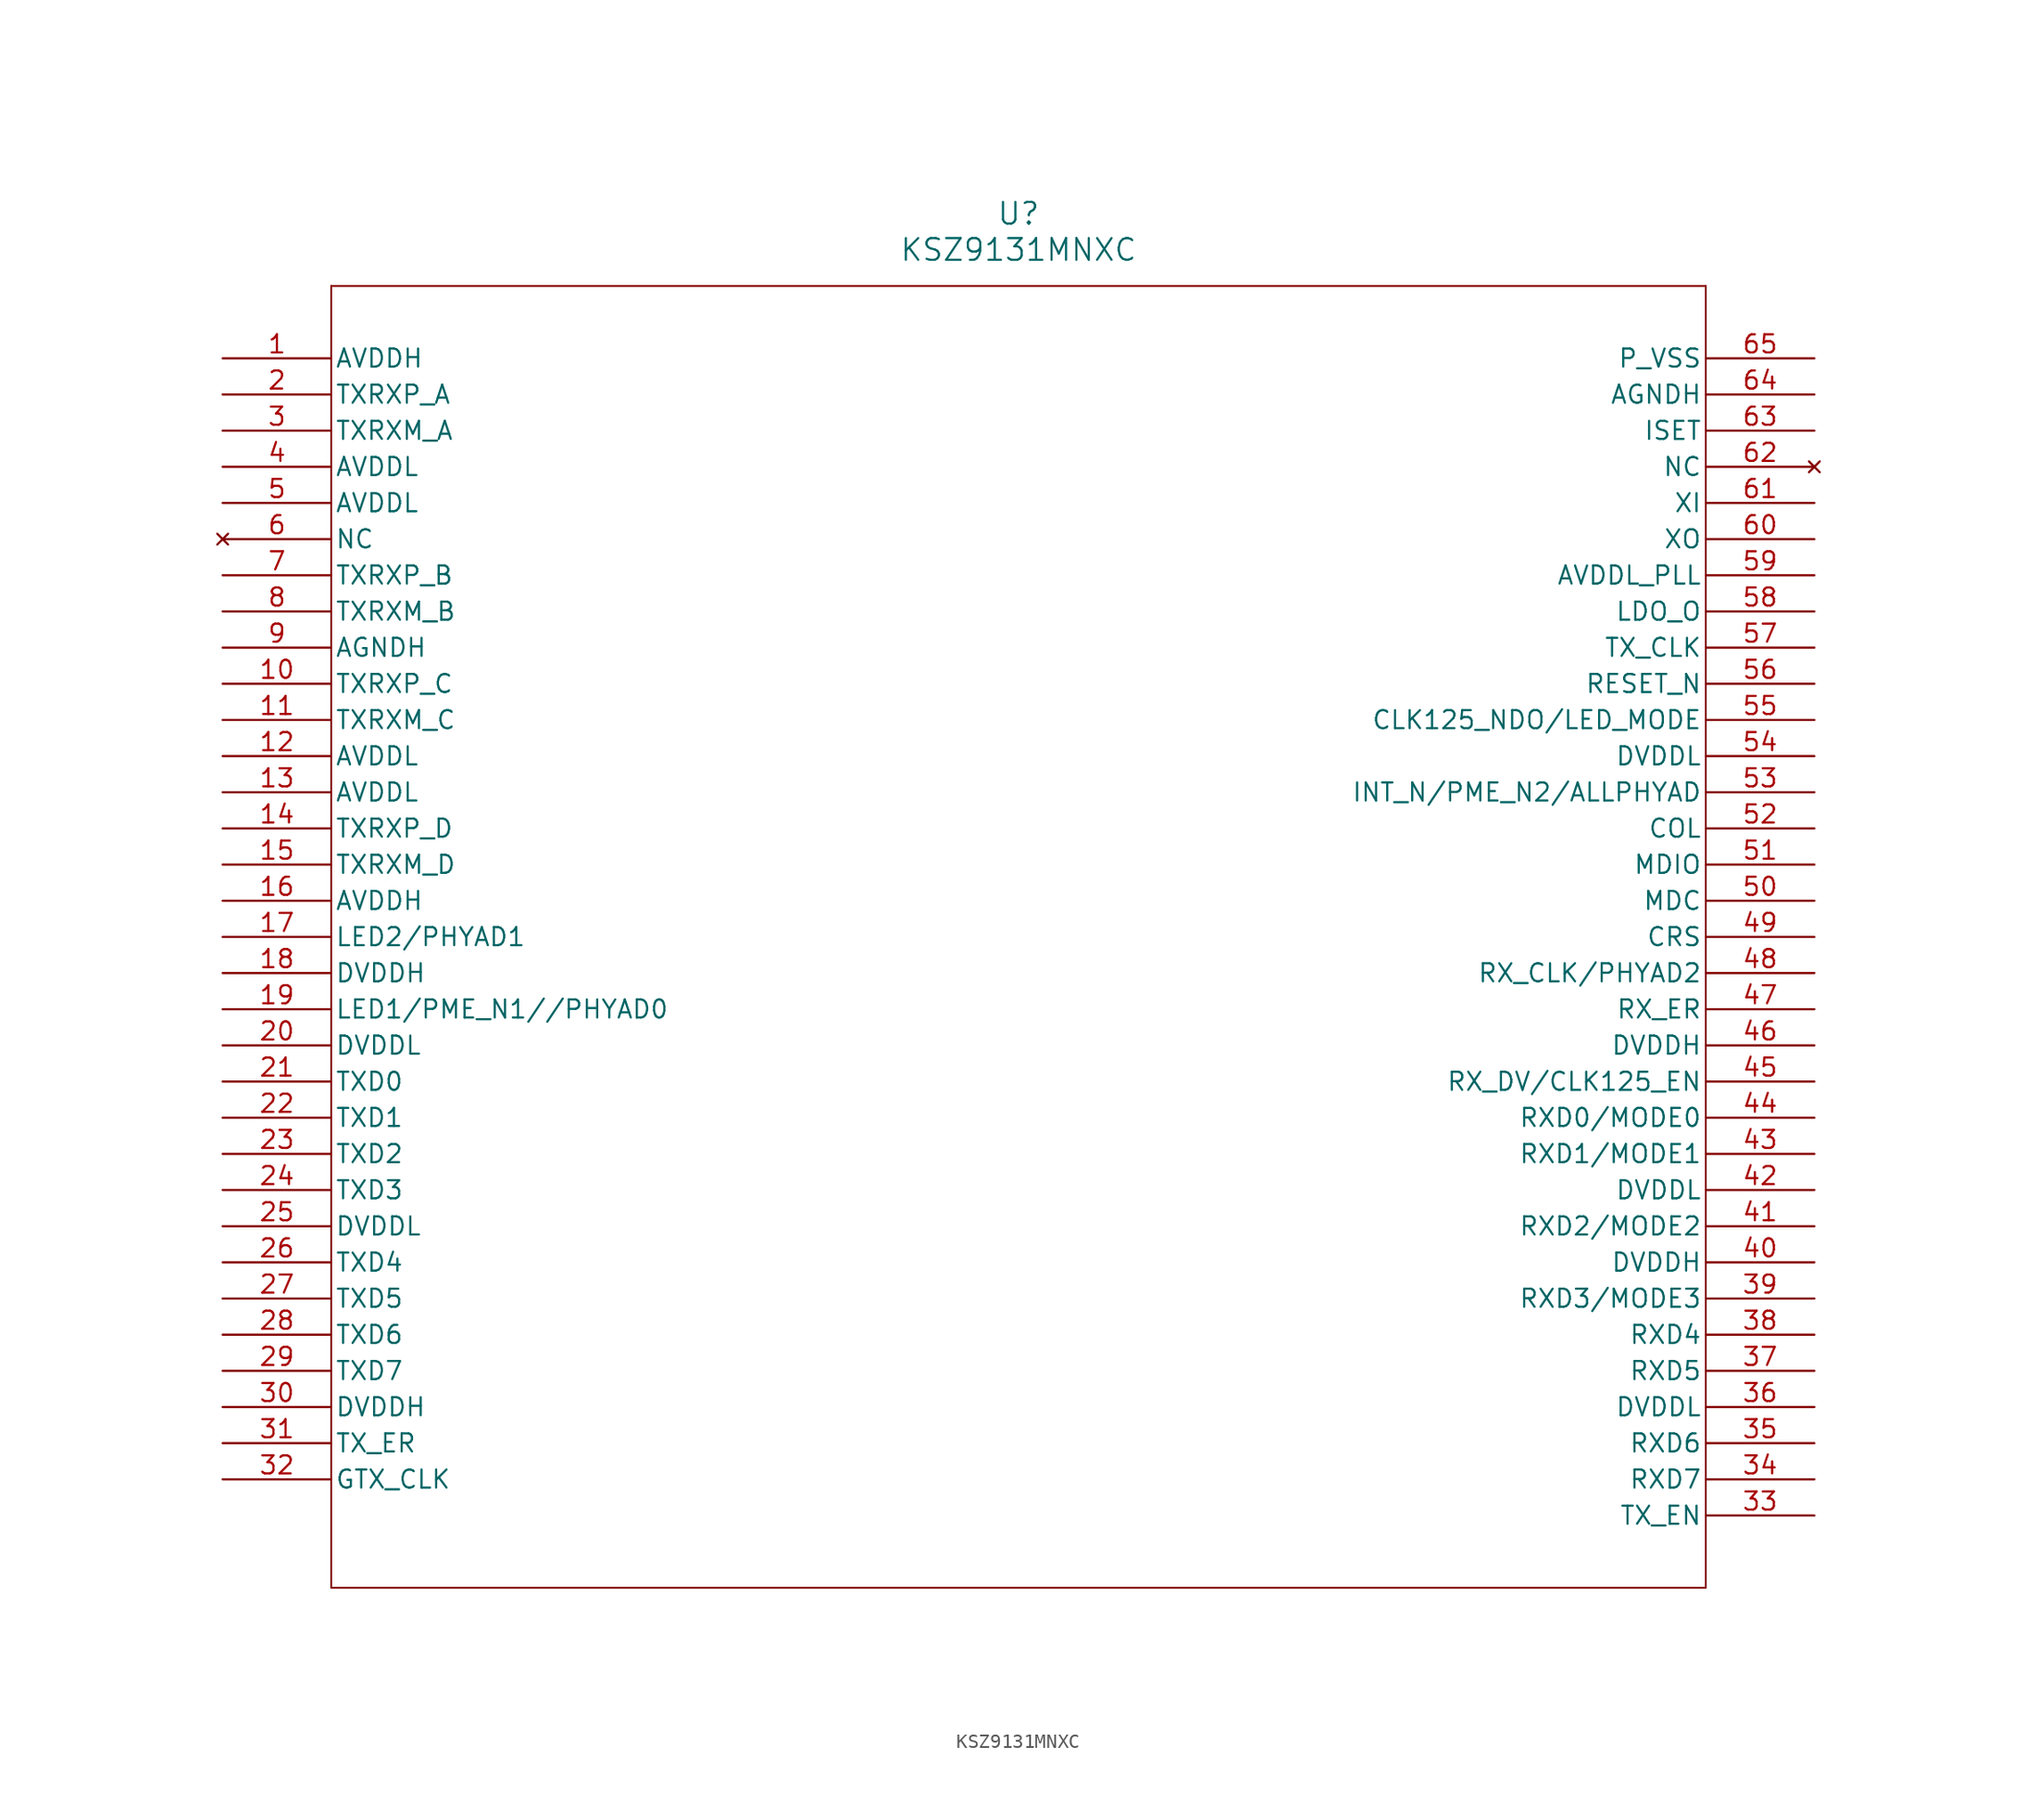
<source format=kicad_sym>
(kicad_symbol_lib
  (version 20211014)
  (generator kicad_symbol_editor)
  (symbol "KSZ9131MNXC"
    (pin_names
      (offset 0.254))
    (property "Reference" "U"
      (at 55.88 10.16 0)
      (effects (font (size 1.524 1.524))))
    (property "Value" "KSZ9131MNXC"
      (at 55.88 7.62 0)
      (effects (font (size 1.524 1.524))))
    (symbol "KSZ9131MNXC_0_1"
      (polyline (pts (xy 7.62 5.08) (xy 7.62 -86.36)) (stroke (width 0.127) (type default) (color 0 0 0 0)) (fill (type none)))
      (polyline (pts (xy 7.62 -86.36) (xy 104.14 -86.36)) (stroke (width 0.127) (type default) (color 0 0 0 0)) (fill (type none)))
      (polyline (pts (xy 104.14 -86.36) (xy 104.14 5.08)) (stroke (width 0.127) (type default) (color 0 0 0 0)) (fill (type none)))
      (polyline (pts (xy 104.14 5.08) (xy 7.62 5.08)) (stroke (width 0.127) (type default) (color 0 0 0 0)) (fill (type none)))
      (pin power_in line (at 0 0 0) (length 7.62) (name "AVDDH" (effects (font (size 1.27 1.27)))) (number "1" (effects (font (size 1.27 1.27)))))
      (pin unspecified line (at 0 -2.54 0) (length 7.62) (name "TXRXP_A" (effects (font (size 1.27 1.27)))) (number "2" (effects (font (size 1.27 1.27)))))
      (pin unspecified line (at 0 -5.08 0) (length 7.62) (name "TXRXM_A" (effects (font (size 1.27 1.27)))) (number "3" (effects (font (size 1.27 1.27)))))
      (pin power_in line (at 0 -7.62 0) (length 7.62) (name "AVDDL" (effects (font (size 1.27 1.27)))) (number "4" (effects (font (size 1.27 1.27)))))
      (pin power_in line (at 0 -10.16 0) (length 7.62) (name "AVDDL" (effects (font (size 1.27 1.27)))) (number "5" (effects (font (size 1.27 1.27)))))
      (pin no_connect line (at 0 -12.7 0) (length 7.62) (name "NC" (effects (font (size 1.27 1.27)))) (number "6" (effects (font (size 1.27 1.27)))))
      (pin unspecified line (at 0 -15.24 0) (length 7.62) (name "TXRXP_B" (effects (font (size 1.27 1.27)))) (number "7" (effects (font (size 1.27 1.27)))))
      (pin unspecified line (at 0 -17.78 0) (length 7.62) (name "TXRXM_B" (effects (font (size 1.27 1.27)))) (number "8" (effects (font (size 1.27 1.27)))))
      (pin power_out line (at 0 -20.32 0) (length 7.62) (name "AGNDH" (effects (font (size 1.27 1.27)))) (number "9" (effects (font (size 1.27 1.27)))))
      (pin unspecified line (at 0 -22.86 0) (length 7.62) (name "TXRXP_C" (effects (font (size 1.27 1.27)))) (number "10" (effects (font (size 1.27 1.27)))))
      (pin unspecified line (at 0 -25.4 0) (length 7.62) (name "TXRXM_C" (effects (font (size 1.27 1.27)))) (number "11" (effects (font (size 1.27 1.27)))))
      (pin power_in line (at 0 -27.94 0) (length 7.62) (name "AVDDL" (effects (font (size 1.27 1.27)))) (number "12" (effects (font (size 1.27 1.27)))))
      (pin power_in line (at 0 -30.48 0) (length 7.62) (name "AVDDL" (effects (font (size 1.27 1.27)))) (number "13" (effects (font (size 1.27 1.27)))))
      (pin unspecified line (at 0 -33.02 0) (length 7.62) (name "TXRXP_D" (effects (font (size 1.27 1.27)))) (number "14" (effects (font (size 1.27 1.27)))))
      (pin unspecified line (at 0 -35.56 0) (length 7.62) (name "TXRXM_D" (effects (font (size 1.27 1.27)))) (number "15" (effects (font (size 1.27 1.27)))))
      (pin power_in line (at 0 -38.1 0) (length 7.62) (name "AVDDH" (effects (font (size 1.27 1.27)))) (number "16" (effects (font (size 1.27 1.27)))))
      (pin bidirectional line (at 0 -40.64 0) (length 7.62) (name "LED2/PHYAD1" (effects (font (size 1.27 1.27)))) (number "17" (effects (font (size 1.27 1.27)))))
      (pin power_in line (at 0 -43.18 0) (length 7.62) (name "DVDDH" (effects (font (size 1.27 1.27)))) (number "18" (effects (font (size 1.27 1.27)))))
      (pin bidirectional line (at 0 -45.72 0) (length 7.62) (name "LED1/PME_N1//PHYAD0" (effects (font (size 1.27 1.27)))) (number "19" (effects (font (size 1.27 1.27)))))
      (pin power_in line (at 0 -48.26 0) (length 7.62) (name "DVDDL" (effects (font (size 1.27 1.27)))) (number "20" (effects (font (size 1.27 1.27)))))
      (pin input line (at 0 -50.8 0) (length 7.62) (name "TXD0" (effects (font (size 1.27 1.27)))) (number "21" (effects (font (size 1.27 1.27)))))
      (pin input line (at 0 -53.34 0) (length 7.62) (name "TXD1" (effects (font (size 1.27 1.27)))) (number "22" (effects (font (size 1.27 1.27)))))
      (pin input line (at 0 -55.88 0) (length 7.62) (name "TXD2" (effects (font (size 1.27 1.27)))) (number "23" (effects (font (size 1.27 1.27)))))
      (pin input line (at 0 -58.42 0) (length 7.62) (name "TXD3" (effects (font (size 1.27 1.27)))) (number "24" (effects (font (size 1.27 1.27)))))
      (pin power_in line (at 0 -60.96 0) (length 7.62) (name "DVDDL" (effects (font (size 1.27 1.27)))) (number "25" (effects (font (size 1.27 1.27)))))
      (pin input line (at 0 -63.5 0) (length 7.62) (name "TXD4" (effects (font (size 1.27 1.27)))) (number "26" (effects (font (size 1.27 1.27)))))
      (pin input line (at 0 -66.04 0) (length 7.62) (name "TXD5" (effects (font (size 1.27 1.27)))) (number "27" (effects (font (size 1.27 1.27)))))
      (pin input line (at 0 -68.58 0) (length 7.62) (name "TXD6" (effects (font (size 1.27 1.27)))) (number "28" (effects (font (size 1.27 1.27)))))
      (pin input line (at 0 -71.12 0) (length 7.62) (name "TXD7" (effects (font (size 1.27 1.27)))) (number "29" (effects (font (size 1.27 1.27)))))
      (pin power_in line (at 0 -73.66 0) (length 7.62) (name "DVDDH" (effects (font (size 1.27 1.27)))) (number "30" (effects (font (size 1.27 1.27)))))
      (pin input line (at 0 -76.2 0) (length 7.62) (name "TX_ER" (effects (font (size 1.27 1.27)))) (number "31" (effects (font (size 1.27 1.27)))))
      (pin input line (at 0 -78.74 0) (length 7.62) (name "GTX_CLK" (effects (font (size 1.27 1.27)))) (number "32" (effects (font (size 1.27 1.27)))))
      (pin input line (at 111.76 -81.28 180) (length 7.62) (name "TX_EN" (effects (font (size 1.27 1.27)))) (number "33" (effects (font (size 1.27 1.27)))))
      (pin output line (at 111.76 -78.74 180) (length 7.62) (name "RXD7" (effects (font (size 1.27 1.27)))) (number "34" (effects (font (size 1.27 1.27)))))
      (pin output line (at 111.76 -76.2 180) (length 7.62) (name "RXD6" (effects (font (size 1.27 1.27)))) (number "35" (effects (font (size 1.27 1.27)))))
      (pin power_in line (at 111.76 -73.66 180) (length 7.62) (name "DVDDL" (effects (font (size 1.27 1.27)))) (number "36" (effects (font (size 1.27 1.27)))))
      (pin output line (at 111.76 -71.12 180) (length 7.62) (name "RXD5" (effects (font (size 1.27 1.27)))) (number "37" (effects (font (size 1.27 1.27)))))
      (pin output line (at 111.76 -68.58 180) (length 7.62) (name "RXD4" (effects (font (size 1.27 1.27)))) (number "38" (effects (font (size 1.27 1.27)))))
      (pin bidirectional line (at 111.76 -66.04 180) (length 7.62) (name "RXD3/MODE3" (effects (font (size 1.27 1.27)))) (number "39" (effects (font (size 1.27 1.27)))))
      (pin power_in line (at 111.76 -63.5 180) (length 7.62) (name "DVDDH" (effects (font (size 1.27 1.27)))) (number "40" (effects (font (size 1.27 1.27)))))
      (pin bidirectional line (at 111.76 -60.96 180) (length 7.62) (name "RXD2/MODE2" (effects (font (size 1.27 1.27)))) (number "41" (effects (font (size 1.27 1.27)))))
      (pin power_in line (at 111.76 -58.42 180) (length 7.62) (name "DVDDL" (effects (font (size 1.27 1.27)))) (number "42" (effects (font (size 1.27 1.27)))))
      (pin bidirectional line (at 111.76 -55.88 180) (length 7.62) (name "RXD1/MODE1" (effects (font (size 1.27 1.27)))) (number "43" (effects (font (size 1.27 1.27)))))
      (pin bidirectional line (at 111.76 -53.34 180) (length 7.62) (name "RXD0/MODE0" (effects (font (size 1.27 1.27)))) (number "44" (effects (font (size 1.27 1.27)))))
      (pin bidirectional line (at 111.76 -50.8 180) (length 7.62) (name "RX_DV/CLK125_EN" (effects (font (size 1.27 1.27)))) (number "45" (effects (font (size 1.27 1.27)))))
      (pin power_in line (at 111.76 -48.26 180) (length 7.62) (name "DVDDH" (effects (font (size 1.27 1.27)))) (number "46" (effects (font (size 1.27 1.27)))))
      (pin output line (at 111.76 -45.72 180) (length 7.62) (name "RX_ER" (effects (font (size 1.27 1.27)))) (number "47" (effects (font (size 1.27 1.27)))))
      (pin bidirectional line (at 111.76 -43.18 180) (length 7.62) (name "RX_CLK/PHYAD2" (effects (font (size 1.27 1.27)))) (number "48" (effects (font (size 1.27 1.27)))))
      (pin output line (at 111.76 -40.64 180) (length 7.62) (name "CRS" (effects (font (size 1.27 1.27)))) (number "49" (effects (font (size 1.27 1.27)))))
      (pin input line (at 111.76 -38.1 180) (length 7.62) (name "MDC" (effects (font (size 1.27 1.27)))) (number "50" (effects (font (size 1.27 1.27)))))
      (pin bidirectional line (at 111.76 -35.56 180) (length 7.62) (name "MDIO" (effects (font (size 1.27 1.27)))) (number "51" (effects (font (size 1.27 1.27)))))
      (pin output line (at 111.76 -33.02 180) (length 7.62) (name "COL" (effects (font (size 1.27 1.27)))) (number "52" (effects (font (size 1.27 1.27)))))
      (pin bidirectional line (at 111.76 -30.48 180) (length 7.62) (name "INT_N/PME_N2/ALLPHYAD" (effects (font (size 1.27 1.27)))) (number "53" (effects (font (size 1.27 1.27)))))
      (pin power_in line (at 111.76 -27.94 180) (length 7.62) (name "DVDDL" (effects (font (size 1.27 1.27)))) (number "54" (effects (font (size 1.27 1.27)))))
      (pin bidirectional line (at 111.76 -25.4 180) (length 7.62) (name "CLK125_NDO/LED_MODE" (effects (font (size 1.27 1.27)))) (number "55" (effects (font (size 1.27 1.27)))))
      (pin input line (at 111.76 -22.86 180) (length 7.62) (name "RESET_N" (effects (font (size 1.27 1.27)))) (number "56" (effects (font (size 1.27 1.27)))))
      (pin output line (at 111.76 -20.32 180) (length 7.62) (name "TX_CLK" (effects (font (size 1.27 1.27)))) (number "57" (effects (font (size 1.27 1.27)))))
      (pin unspecified line (at 111.76 -17.78 180) (length 7.62) (name "LDO_O" (effects (font (size 1.27 1.27)))) (number "58" (effects (font (size 1.27 1.27)))))
      (pin power_in line (at 111.76 -15.24 180) (length 7.62) (name "AVDDL_PLL" (effects (font (size 1.27 1.27)))) (number "59" (effects (font (size 1.27 1.27)))))
      (pin output line (at 111.76 -12.7 180) (length 7.62) (name "XO" (effects (font (size 1.27 1.27)))) (number "60" (effects (font (size 1.27 1.27)))))
      (pin input line (at 111.76 -10.16 180) (length 7.62) (name "XI" (effects (font (size 1.27 1.27)))) (number "61" (effects (font (size 1.27 1.27)))))
      (pin no_connect line (at 111.76 -7.62 180) (length 7.62) (name "NC" (effects (font (size 1.27 1.27)))) (number "62" (effects (font (size 1.27 1.27)))))
      (pin unspecified line (at 111.76 -5.08 180) (length 7.62) (name "ISET" (effects (font (size 1.27 1.27)))) (number "63" (effects (font (size 1.27 1.27)))))
      (pin power_out line (at 111.76 -2.54 180) (length 7.62) (name "AGNDH" (effects (font (size 1.27 1.27)))) (number "64" (effects (font (size 1.27 1.27)))))
      (pin power_out line (at 111.76 0 180) (length 7.62) (name "P_VSS" (effects (font (size 1.27 1.27)))) (number "65" (effects (font (size 1.27 1.27))))))))
</source>
